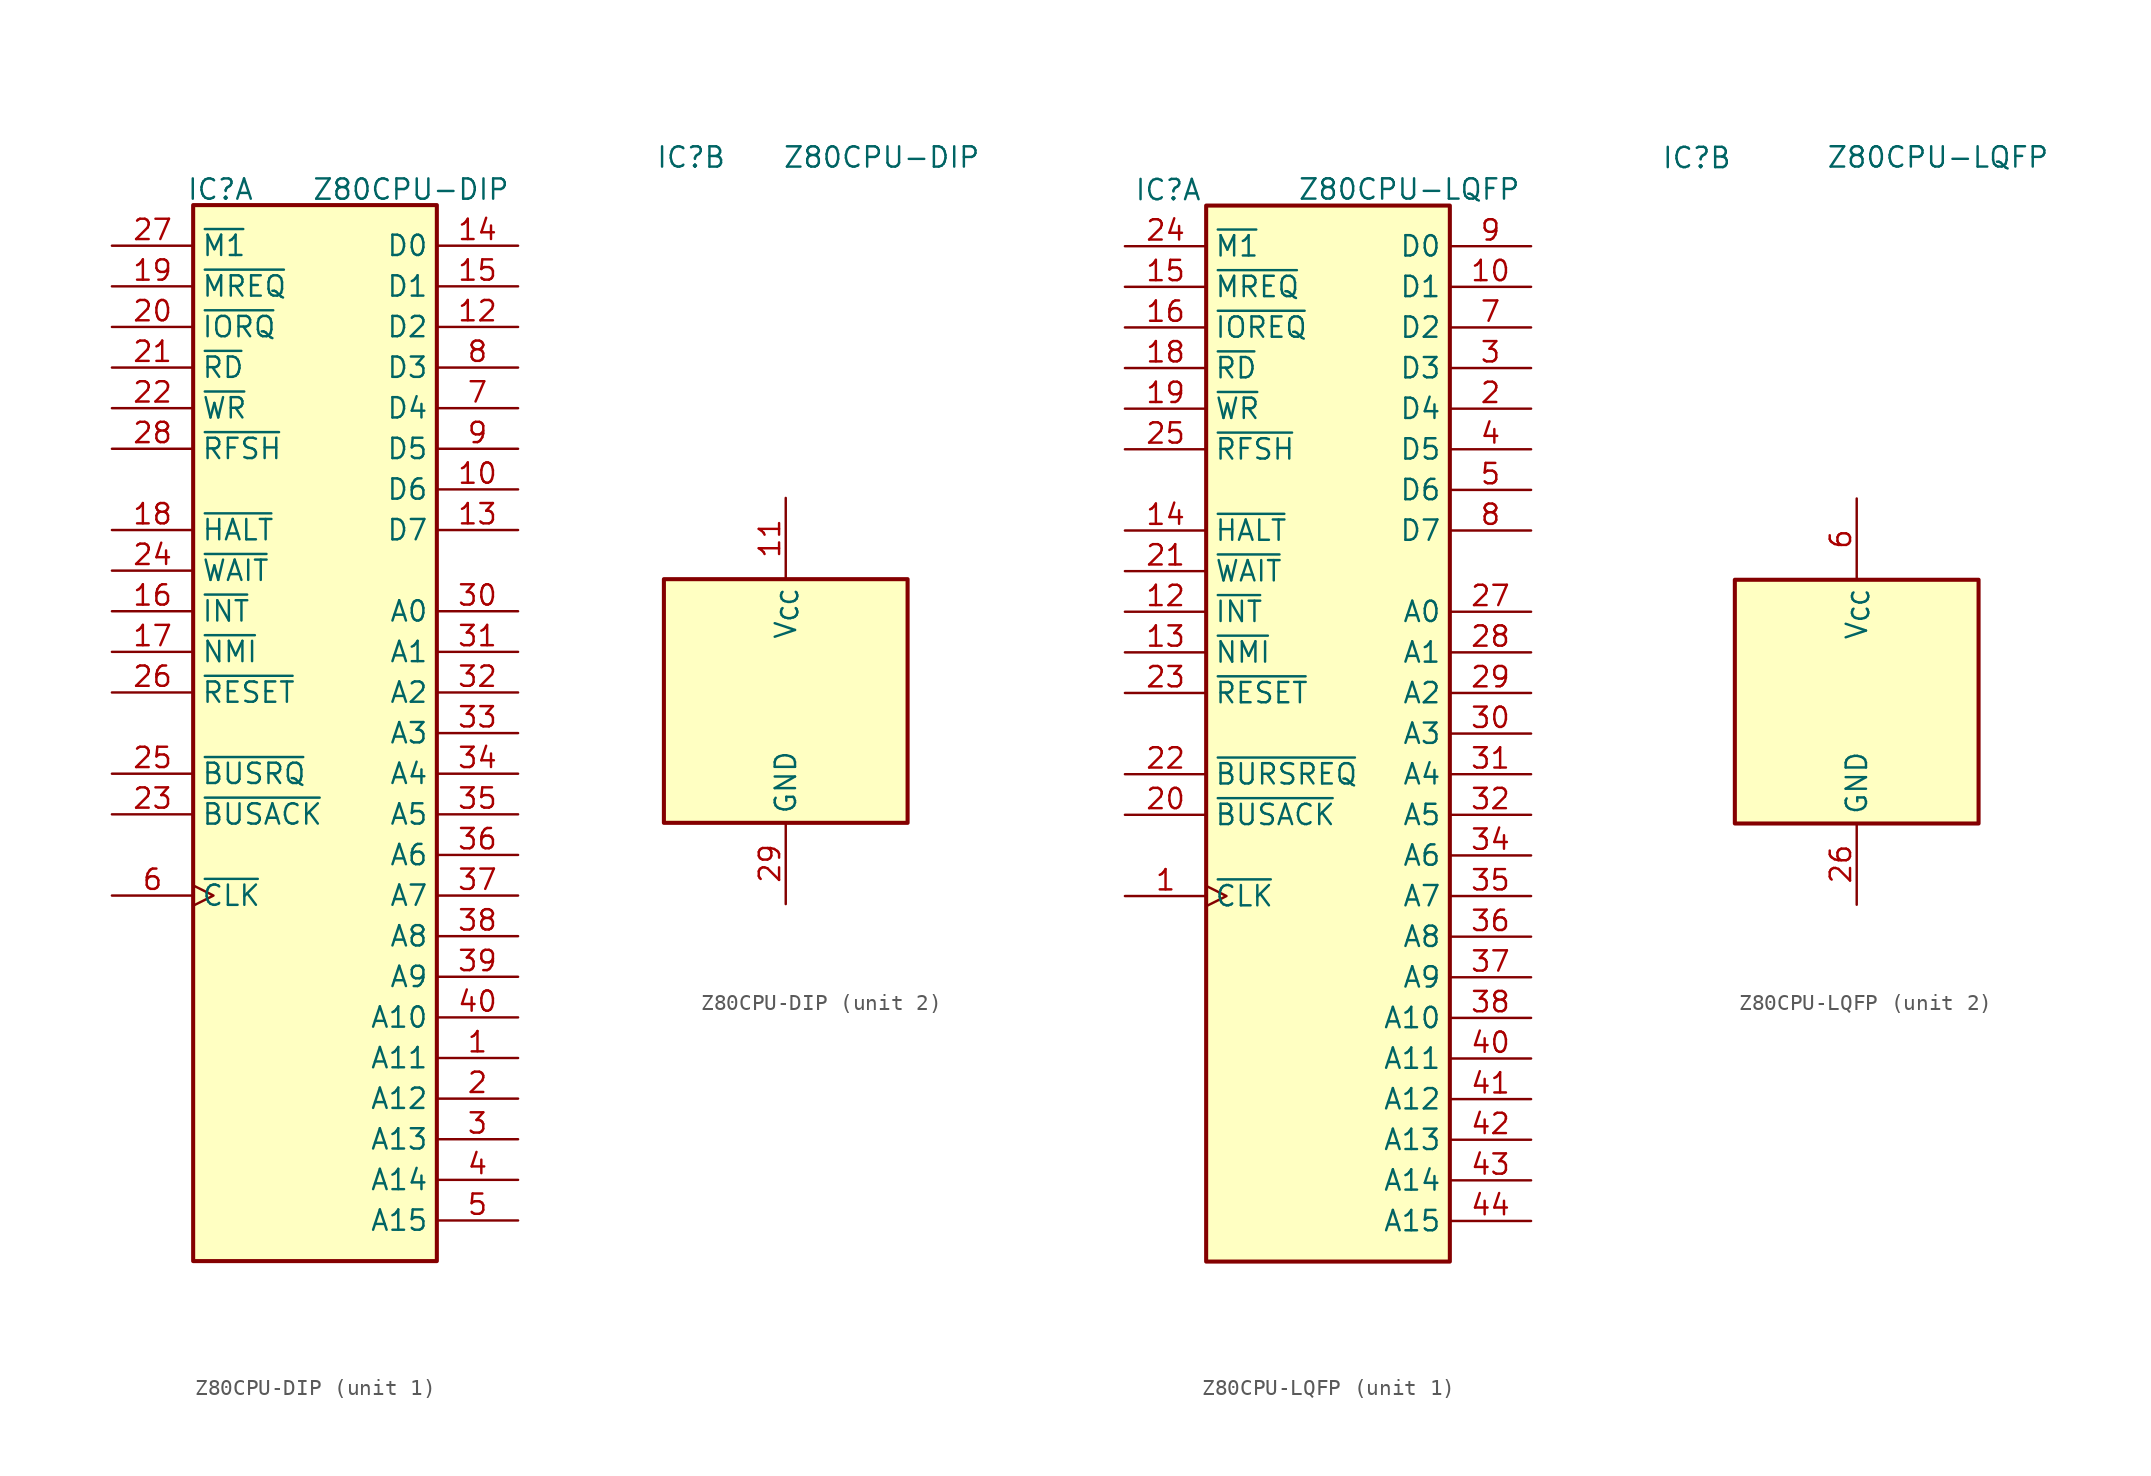
<source format=kicad_sym>
(kicad_symbol_lib
  (version 20220914)
  (generator kicad_symbol_editor)
  (symbol "Z80CPU-DIP"
    (pin_names
      (offset 0.5))
    (property "Reference" "IC"
      (at -5.92 34 0)
      (effects (font (size 1.27 1.27))))
    (property "Value" "Z80CPU-DIP"
      (at 6 34 0)
      (effects (font (size 1.27 1.27))))
    (property "ki_locked" ""
      (at 0 0 0)
      (effects (font (size 1.27 1.27))))
    (symbol "Z80CPU-DIP_1_0"
      (rectangle (start -7.62 33.02) (end 7.62 -33.02) (stroke (width 0.254) (type default)) (fill (type background))))
    (symbol "Z80CPU-DIP_1_1"
      (pin output line (at 12.7 -20.32 180) (length 5.08) (name "A11" (effects (font (size 1.27 1.27)))) (number "1" (effects (font (size 1.27 1.27)))))
      (pin bidirectional line (at 12.7 15.24 180) (length 5.08) (name "D6" (effects (font (size 1.27 1.27)))) (number "10" (effects (font (size 1.27 1.27)))))
      (pin bidirectional line (at 12.7 25.4 180) (length 5.08) (name "D2" (effects (font (size 1.27 1.27)))) (number "12" (effects (font (size 1.27 1.27)))))
      (pin bidirectional line (at 12.7 12.7 180) (length 5.08) (name "D7" (effects (font (size 1.27 1.27)))) (number "13" (effects (font (size 1.27 1.27)))))
      (pin bidirectional line (at 12.7 30.48 180) (length 5.08) (name "D0" (effects (font (size 1.27 1.27)))) (number "14" (effects (font (size 1.27 1.27)))))
      (pin bidirectional line (at 12.7 27.94 180) (length 5.08) (name "D1" (effects (font (size 1.27 1.27)))) (number "15" (effects (font (size 1.27 1.27)))))
      (pin input line (at -12.7 7.62 0) (length 5.08) (name "~{INT}" (effects (font (size 1.27 1.27)))) (number "16" (effects (font (size 1.27 1.27)))))
      (pin input line (at -12.7 5.08 0) (length 5.08) (name "~{NMI}" (effects (font (size 1.27 1.27)))) (number "17" (effects (font (size 1.27 1.27)))))
      (pin output line (at -12.7 12.7 0) (length 5.08) (name "~{HALT}" (effects (font (size 1.27 1.27)))) (number "18" (effects (font (size 1.27 1.27)))))
      (pin output line (at -12.7 27.94 0) (length 5.08) (name "~{MREQ}" (effects (font (size 1.27 1.27)))) (number "19" (effects (font (size 1.27 1.27)))))
      (pin output line (at 12.7 -22.86 180) (length 5.08) (name "A12" (effects (font (size 1.27 1.27)))) (number "2" (effects (font (size 1.27 1.27)))))
      (pin output line (at -12.7 25.4 0) (length 5.08) (name "~{IORQ}" (effects (font (size 1.27 1.27)))) (number "20" (effects (font (size 1.27 1.27)))))
      (pin output line (at -12.7 22.86 0) (length 5.08) (name "~{RD}" (effects (font (size 1.27 1.27)))) (number "21" (effects (font (size 1.27 1.27)))))
      (pin output line (at -12.7 20.32 0) (length 5.08) (name "~{WR}" (effects (font (size 1.27 1.27)))) (number "22" (effects (font (size 1.27 1.27)))))
      (pin output line (at -12.7 -5.08 0) (length 5.08) (name "~{BUSACK}" (effects (font (size 1.27 1.27)))) (number "23" (effects (font (size 1.27 1.27)))))
      (pin input line (at -12.7 10.16 0) (length 5.08) (name "~{WAIT}" (effects (font (size 1.27 1.27)))) (number "24" (effects (font (size 1.27 1.27)))))
      (pin input line (at -12.7 -2.54 0) (length 5.08) (name "~{BUSRQ}" (effects (font (size 1.27 1.27)))) (number "25" (effects (font (size 1.27 1.27)))))
      (pin input line (at -12.7 2.54 0) (length 5.08) (name "~{RESET}" (effects (font (size 1.27 1.27)))) (number "26" (effects (font (size 1.27 1.27)))))
      (pin output line (at -12.7 30.48 0) (length 5.08) (name "~{M1}" (effects (font (size 1.27 1.27)))) (number "27" (effects (font (size 1.27 1.27)))))
      (pin output line (at -12.7 17.78 0) (length 5.08) (name "~{RFSH}" (effects (font (size 1.27 1.27)))) (number "28" (effects (font (size 1.27 1.27)))))
      (pin output line (at 12.7 -25.4 180) (length 5.08) (name "A13" (effects (font (size 1.27 1.27)))) (number "3" (effects (font (size 1.27 1.27)))))
      (pin output line (at 12.7 7.62 180) (length 5.08) (name "A0" (effects (font (size 1.27 1.27)))) (number "30" (effects (font (size 1.27 1.27)))))
      (pin output line (at 12.7 5.08 180) (length 5.08) (name "A1" (effects (font (size 1.27 1.27)))) (number "31" (effects (font (size 1.27 1.27)))))
      (pin output line (at 12.7 2.54 180) (length 5.08) (name "A2" (effects (font (size 1.27 1.27)))) (number "32" (effects (font (size 1.27 1.27)))))
      (pin output line (at 12.7 0 180) (length 5.08) (name "A3" (effects (font (size 1.27 1.27)))) (number "33" (effects (font (size 1.27 1.27)))))
      (pin output line (at 12.7 -2.54 180) (length 5.08) (name "A4" (effects (font (size 1.27 1.27)))) (number "34" (effects (font (size 1.27 1.27)))))
      (pin output line (at 12.7 -5.08 180) (length 5.08) (name "A5" (effects (font (size 1.27 1.27)))) (number "35" (effects (font (size 1.27 1.27)))))
      (pin output line (at 12.7 -7.62 180) (length 5.08) (name "A6" (effects (font (size 1.27 1.27)))) (number "36" (effects (font (size 1.27 1.27)))))
      (pin output line (at 12.7 -10.16 180) (length 5.08) (name "A7" (effects (font (size 1.27 1.27)))) (number "37" (effects (font (size 1.27 1.27)))))
      (pin output line (at 12.7 -12.7 180) (length 5.08) (name "A8" (effects (font (size 1.27 1.27)))) (number "38" (effects (font (size 1.27 1.27)))))
      (pin output line (at 12.7 -15.24 180) (length 5.08) (name "A9" (effects (font (size 1.27 1.27)))) (number "39" (effects (font (size 1.27 1.27)))))
      (pin output line (at 12.7 -27.94 180) (length 5.08) (name "A14" (effects (font (size 1.27 1.27)))) (number "4" (effects (font (size 1.27 1.27)))))
      (pin output line (at 12.7 -17.78 180) (length 5.08) (name "A10" (effects (font (size 1.27 1.27)))) (number "40" (effects (font (size 1.27 1.27)))))
      (pin output line (at 12.7 -30.48 180) (length 5.08) (name "A15" (effects (font (size 1.27 1.27)))) (number "5" (effects (font (size 1.27 1.27)))))
      (pin input clock (at -12.7 -10.16 0) (length 5.08) (name "~{CLK}" (effects (font (size 1.27 1.27)))) (number "6" (effects (font (size 1.27 1.27)))))
      (pin bidirectional line (at 12.7 20.32 180) (length 5.08) (name "D4" (effects (font (size 1.27 1.27)))) (number "7" (effects (font (size 1.27 1.27)))))
      (pin bidirectional line (at 12.7 22.86 180) (length 5.08) (name "D3" (effects (font (size 1.27 1.27)))) (number "8" (effects (font (size 1.27 1.27)))))
      (pin bidirectional line (at 12.7 17.78 180) (length 5.08) (name "D5" (effects (font (size 1.27 1.27)))) (number "9" (effects (font (size 1.27 1.27))))))
    (symbol "Z80CPU-DIP_2_0"
      (rectangle (start -7.62 7.62) (end 7.62 -7.62) (stroke (width 0.254) (type default)) (fill (type background))))
    (symbol "Z80CPU-DIP_2_1"
      (pin power_in line (at 0 12.7 270) (length 5.08) (name "V_{CC}" (effects (font (size 1.27 1.27)))) (number "11" (effects (font (size 1.27 1.27)))))
      (pin power_in line (at 0 -12.7 90) (length 5.08) (name "GND" (effects (font (size 1.27 1.27)))) (number "29" (effects (font (size 1.27 1.27)))))))
  (symbol "Z80CPU-LQFP"
    (pin_names
      (offset 0.5))
    (property "Reference" "IC"
      (at -10 34 0)
      (effects (font (size 1.27 1.27))))
    (property "Value" "Z80CPU-LQFP"
      (at 5.08 34.036 0)
      (effects (font (size 1.27 1.27))))
    (property "ki_locked" ""
      (at 0 0 0)
      (effects (font (size 1.27 1.27))))
    (symbol "Z80CPU-LQFP_1_0"
      (rectangle (start -7.62 33.02) (end 7.62 -33.02) (stroke (width 0.254) (type default)) (fill (type background)))
      (pin input clock (at -12.7 -10.16 0) (length 5.08) (name "~{CLK}" (effects (font (size 1.27 1.27)))) (number "1" (effects (font (size 1.27 1.27)))))
      (pin bidirectional line (at 12.7 27.94 180) (length 5.08) (name "D1" (effects (font (size 1.27 1.27)))) (number "10" (effects (font (size 1.27 1.27)))))
      (pin input line (at -12.7 7.62 0) (length 5.08) (name "~{INT}" (effects (font (size 1.27 1.27)))) (number "12" (effects (font (size 1.27 1.27)))))
      (pin input line (at -12.7 5.08 0) (length 5.08) (name "~{NMI}" (effects (font (size 1.27 1.27)))) (number "13" (effects (font (size 1.27 1.27)))))
      (pin output line (at -12.7 12.7 0) (length 5.08) (name "~{HALT}" (effects (font (size 1.27 1.27)))) (number "14" (effects (font (size 1.27 1.27)))))
      (pin output line (at -12.7 27.94 0) (length 5.08) (name "~{MREQ}" (effects (font (size 1.27 1.27)))) (number "15" (effects (font (size 1.27 1.27)))))
      (pin output line (at -12.7 25.4 0) (length 5.08) (name "~{IOREQ}" (effects (font (size 1.27 1.27)))) (number "16" (effects (font (size 1.27 1.27)))))
      (pin output line (at -12.7 22.86 0) (length 5.08) (name "~{RD}" (effects (font (size 1.27 1.27)))) (number "18" (effects (font (size 1.27 1.27)))))
      (pin output line (at -12.7 20.32 0) (length 5.08) (name "~{WR}" (effects (font (size 1.27 1.27)))) (number "19" (effects (font (size 1.27 1.27)))))
      (pin bidirectional line (at 12.7 20.32 180) (length 5.08) (name "D4" (effects (font (size 1.27 1.27)))) (number "2" (effects (font (size 1.27 1.27)))))
      (pin output line (at -12.7 -5.08 0) (length 5.08) (name "~{BUSACK}" (effects (font (size 1.27 1.27)))) (number "20" (effects (font (size 1.27 1.27)))))
      (pin input line (at -12.7 10.16 0) (length 5.08) (name "~{WAIT}" (effects (font (size 1.27 1.27)))) (number "21" (effects (font (size 1.27 1.27)))))
      (pin input line (at -12.7 -2.54 0) (length 5.08) (name "~{BURSREQ}" (effects (font (size 1.27 1.27)))) (number "22" (effects (font (size 1.27 1.27)))))
      (pin input line (at -12.7 2.54 0) (length 5.08) (name "~{RESET}" (effects (font (size 1.27 1.27)))) (number "23" (effects (font (size 1.27 1.27)))))
      (pin output line (at -12.7 30.48 0) (length 5.08) (name "~{M1}" (effects (font (size 1.27 1.27)))) (number "24" (effects (font (size 1.27 1.27)))))
      (pin output line (at -12.7 17.78 0) (length 5.08) (name "~{RFSH}" (effects (font (size 1.27 1.27)))) (number "25" (effects (font (size 1.27 1.27)))))
      (pin output line (at 12.7 7.62 180) (length 5.08) (name "A0" (effects (font (size 1.27 1.27)))) (number "27" (effects (font (size 1.27 1.27)))))
      (pin output line (at 12.7 5.08 180) (length 5.08) (name "A1" (effects (font (size 1.27 1.27)))) (number "28" (effects (font (size 1.27 1.27)))))
      (pin output line (at 12.7 2.54 180) (length 5.08) (name "A2" (effects (font (size 1.27 1.27)))) (number "29" (effects (font (size 1.27 1.27)))))
      (pin bidirectional line (at 12.7 22.86 180) (length 5.08) (name "D3" (effects (font (size 1.27 1.27)))) (number "3" (effects (font (size 1.27 1.27)))))
      (pin output line (at 12.7 0 180) (length 5.08) (name "A3" (effects (font (size 1.27 1.27)))) (number "30" (effects (font (size 1.27 1.27)))))
      (pin output line (at 12.7 -2.54 180) (length 5.08) (name "A4" (effects (font (size 1.27 1.27)))) (number "31" (effects (font (size 1.27 1.27)))))
      (pin output line (at 12.7 -5.08 180) (length 5.08) (name "A5" (effects (font (size 1.27 1.27)))) (number "32" (effects (font (size 1.27 1.27)))))
      (pin output line (at 12.7 -7.62 180) (length 5.08) (name "A6" (effects (font (size 1.27 1.27)))) (number "34" (effects (font (size 1.27 1.27)))))
      (pin bidirectional line (at 12.7 17.78 180) (length 5.08) (name "D5" (effects (font (size 1.27 1.27)))) (number "4" (effects (font (size 1.27 1.27)))))
      (pin output line (at 12.7 -20.32 180) (length 5.08) (name "A11" (effects (font (size 1.27 1.27)))) (number "40" (effects (font (size 1.27 1.27)))))
      (pin output line (at 12.7 -22.86 180) (length 5.08) (name "A12" (effects (font (size 1.27 1.27)))) (number "41" (effects (font (size 1.27 1.27)))))
      (pin output line (at 12.7 -25.4 180) (length 5.08) (name "A13" (effects (font (size 1.27 1.27)))) (number "42" (effects (font (size 1.27 1.27)))))
      (pin output line (at 12.7 -27.94 180) (length 5.08) (name "A14" (effects (font (size 1.27 1.27)))) (number "43" (effects (font (size 1.27 1.27)))))
      (pin output line (at 12.7 -30.48 180) (length 5.08) (name "A15" (effects (font (size 1.27 1.27)))) (number "44" (effects (font (size 1.27 1.27)))))
      (pin bidirectional line (at 12.7 15.24 180) (length 5.08) (name "D6" (effects (font (size 1.27 1.27)))) (number "5" (effects (font (size 1.27 1.27)))))
      (pin bidirectional line (at 12.7 25.4 180) (length 5.08) (name "D2" (effects (font (size 1.27 1.27)))) (number "7" (effects (font (size 1.27 1.27)))))
      (pin bidirectional line (at 12.7 12.7 180) (length 5.08) (name "D7" (effects (font (size 1.27 1.27)))) (number "8" (effects (font (size 1.27 1.27)))))
      (pin bidirectional line (at 12.7 30.48 180) (length 5.08) (name "D0" (effects (font (size 1.27 1.27)))) (number "9" (effects (font (size 1.27 1.27))))))
    (symbol "Z80CPU-LQFP_1_1"
      (pin output line (at 12.7 -10.16 180) (length 5.08) (name "A7" (effects (font (size 1.27 1.27)))) (number "35" (effects (font (size 1.27 1.27)))))
      (pin output line (at 12.7 -12.7 180) (length 5.08) (name "A8" (effects (font (size 1.27 1.27)))) (number "36" (effects (font (size 1.27 1.27)))))
      (pin output line (at 12.7 -15.24 180) (length 5.08) (name "A9" (effects (font (size 1.27 1.27)))) (number "37" (effects (font (size 1.27 1.27)))))
      (pin output line (at 12.7 -17.78 180) (length 5.08) (name "A10" (effects (font (size 1.27 1.27)))) (number "38" (effects (font (size 1.27 1.27))))))
    (symbol "Z80CPU-LQFP_2_0"
      (rectangle (start -7.62 7.62) (end 7.62 -7.62) (stroke (width 0.254) (type default)) (fill (type background)))
      (pin power_in line (at 0 -12.7 90) (length 5.08) (name "GND" (effects (font (size 1.27 1.27)))) (number "26" (effects (font (size 1.27 1.27))))))
    (symbol "Z80CPU-LQFP_2_1"
      (pin no_connect line (at -5.08 -12.7 90) (length 5.08) hide (name "NC" (effects (font (size 1.27 1.27)))) (number "11" (effects (font (size 1.27 1.27)))))
      (pin no_connect line (at -2.54 -12.7 90) (length 5.08) hide (name "NC" (effects (font (size 1.27 1.27)))) (number "17" (effects (font (size 1.27 1.27)))))
      (pin no_connect line (at 2.54 -12.7 90) (length 5.08) hide (name "NC" (effects (font (size 1.27 1.27)))) (number "33" (effects (font (size 1.27 1.27)))))
      (pin no_connect line (at 5.08 -12.7 90) (length 5.08) hide (name "NC" (effects (font (size 1.27 1.27)))) (number "39" (effects (font (size 1.27 1.27)))))
      (pin power_in line (at 0 12.7 270) (length 5.08) (name "V_{CC}" (effects (font (size 1.27 1.27)))) (number "6" (effects (font (size 1.27 1.27))))))))
</source>
